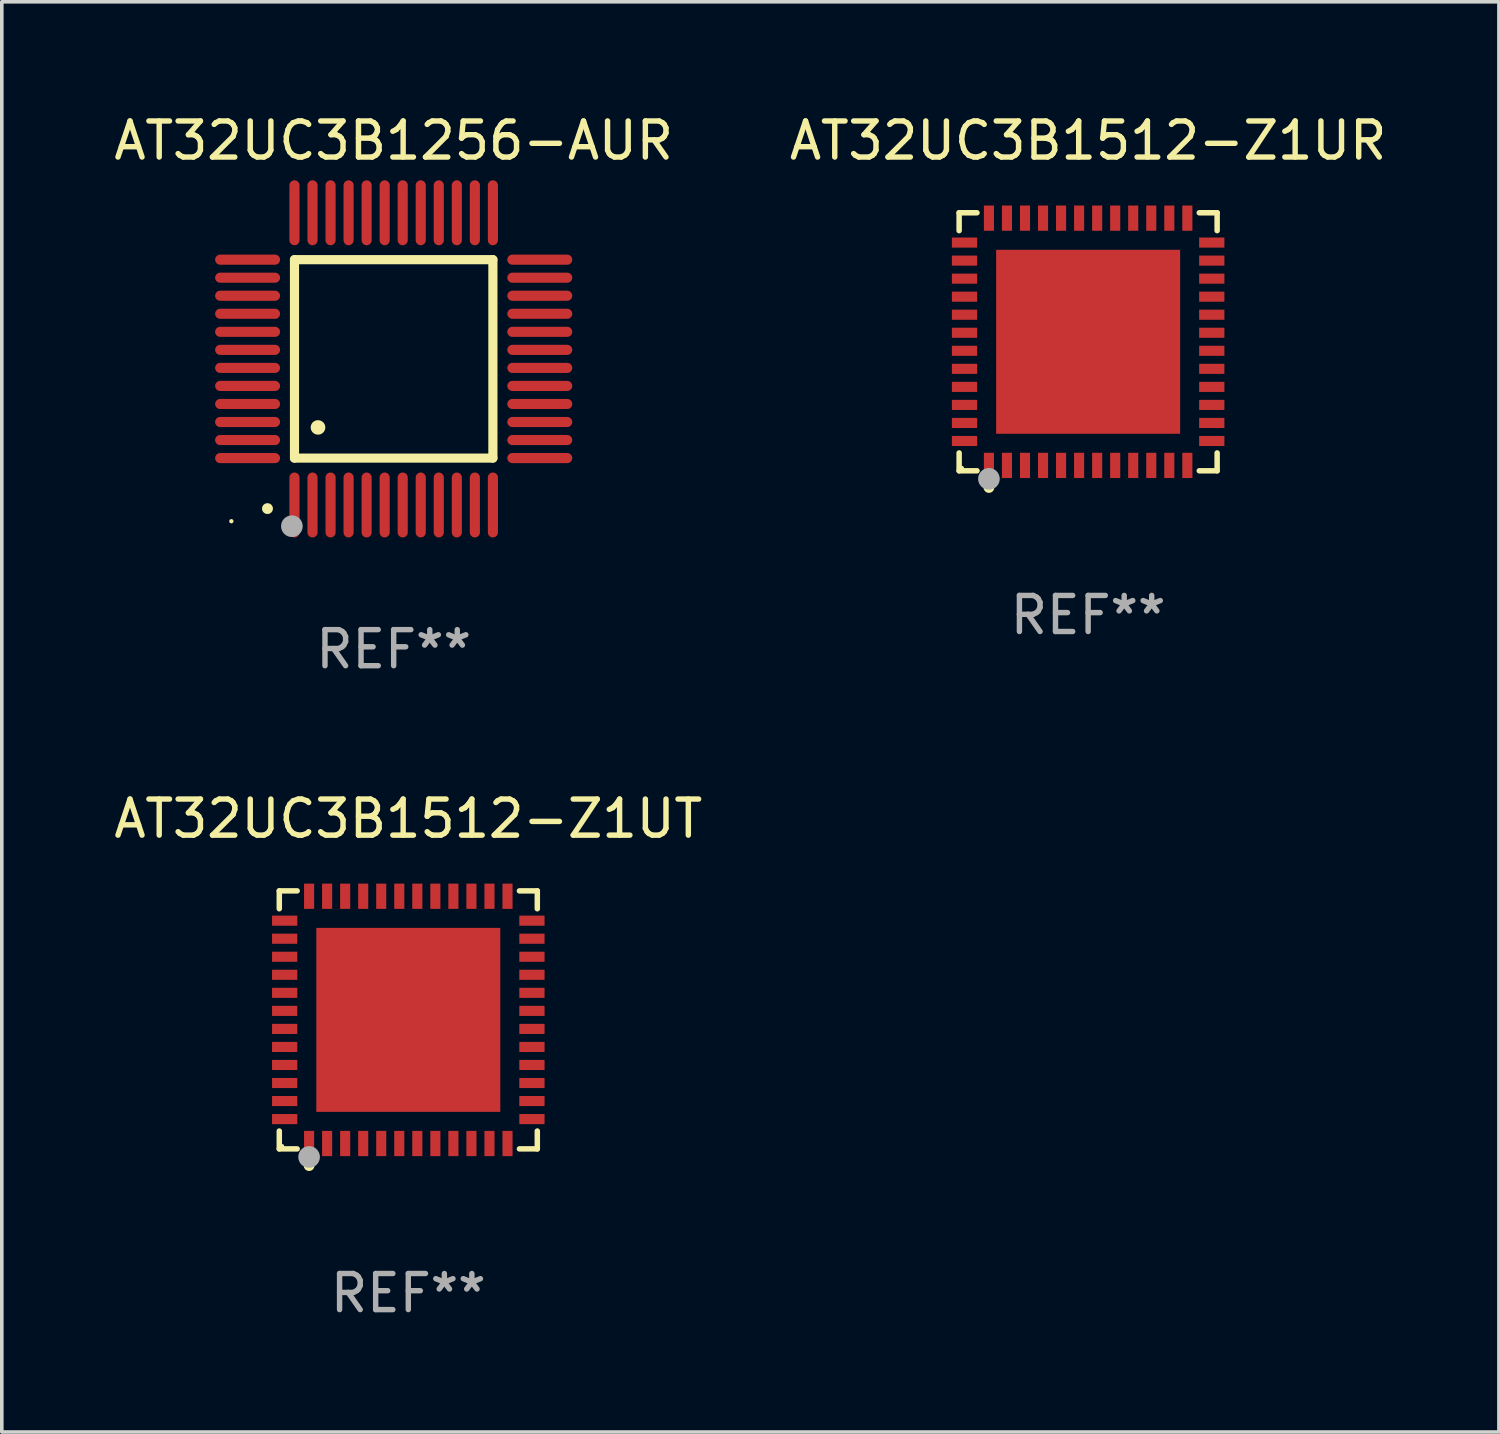
<source format=kicad_pcb>
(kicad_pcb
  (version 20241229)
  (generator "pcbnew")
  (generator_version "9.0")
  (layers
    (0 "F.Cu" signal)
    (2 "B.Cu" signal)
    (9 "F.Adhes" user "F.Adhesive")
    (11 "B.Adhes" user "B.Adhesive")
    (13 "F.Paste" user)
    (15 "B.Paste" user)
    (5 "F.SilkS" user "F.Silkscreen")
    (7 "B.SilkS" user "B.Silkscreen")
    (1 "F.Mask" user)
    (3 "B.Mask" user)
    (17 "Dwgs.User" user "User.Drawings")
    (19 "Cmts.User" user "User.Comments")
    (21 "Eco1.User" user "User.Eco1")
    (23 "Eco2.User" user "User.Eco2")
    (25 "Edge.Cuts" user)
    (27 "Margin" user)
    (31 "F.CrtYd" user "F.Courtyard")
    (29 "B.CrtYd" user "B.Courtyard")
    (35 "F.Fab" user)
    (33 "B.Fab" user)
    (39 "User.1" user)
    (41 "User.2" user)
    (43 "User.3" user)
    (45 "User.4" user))
  (footprint "AT32UC3B1512-Z1UT"
    (layer "F.Cu")
    (at 8.268 25.221)
    (property "Reference" "AT32UC3B1512-Z1UT" (at 0 -5.576 0) (layer "F.SilkS") (effects (font (size 1 1) (thickness 0.15))))
    (attr through_hole)
    (fp_line (start -3.576 -3.576) (end -3.081 -3.576) (stroke (width 0.152) (type solid)) (layer "F.SilkS"))
    (fp_line (start -3.576 -3.081) (end -3.576 -3.576) (stroke (width 0.152) (type solid)) (layer "F.SilkS"))
    (fp_line (start -3.576 3.081) (end -3.576 3.576) (stroke (width 0.152) (type solid)) (layer "F.SilkS"))
    (fp_line (start -3.576 3.576) (end -3.081 3.576) (stroke (width 0.152) (type solid)) (layer "F.SilkS"))
    (fp_line (start 3.576 -3.576) (end 3.081 -3.576) (stroke (width 0.152) (type solid)) (layer "F.SilkS"))
    (fp_line (start 3.576 -3.081) (end 3.576 -3.576) (stroke (width 0.152) (type solid)) (layer "F.SilkS"))
    (fp_line (start 3.576 3.081) (end 3.576 3.576) (stroke (width 0.152) (type solid)) (layer "F.SilkS"))
    (fp_line (start 3.576 3.576) (end 3.081 3.576) (stroke (width 0.152) (type solid)) (layer "F.SilkS"))
    (fp_circle (center -3.5 3.5) (end -3.47 3.5) (stroke (width 0.06) (type solid)) (fill no) (layer "F.SilkS"))
    (fp_circle (center -2.75 4.04) (end -2.675 4.04) (stroke (width 0.15) (type solid)) (fill no) (layer "F.SilkS"))
    (fp_circle (center -2.75 3.8) (end -2.6 3.8) (stroke (width 0.3) (type solid)) (fill no) (layer "F.Fab"))
    (fp_text user "REF**" (at 0 7.576 0) (layer "F.Fab") (effects (font (size 1 1) (thickness 0.15))))
    (pad "1" smd rect (at -2.75 3.427) (size 0.28 0.7) (layers "F.Cu" "F.Mask" "F.Paste"))
    (pad "2" smd rect (at -2.25 3.427) (size 0.28 0.7) (layers "F.Cu" "F.Mask" "F.Paste"))
    (pad "3" smd rect (at -1.75 3.427) (size 0.28 0.7) (layers "F.Cu" "F.Mask" "F.Paste"))
    (pad "4" smd rect (at -1.25 3.427) (size 0.28 0.7) (layers "F.Cu" "F.Mask" "F.Paste"))
    (pad "5" smd rect (at -0.75 3.427) (size 0.28 0.7) (layers "F.Cu" "F.Mask" "F.Paste"))
    (pad "6" smd rect (at -0.25 3.427) (size 0.28 0.7) (layers "F.Cu" "F.Mask" "F.Paste"))
    (pad "7" smd rect (at 0.25 3.427) (size 0.28 0.7) (layers "F.Cu" "F.Mask" "F.Paste"))
    (pad "8" smd rect (at 0.75 3.427) (size 0.28 0.7) (layers "F.Cu" "F.Mask" "F.Paste"))
    (pad "9" smd rect (at 1.25 3.427) (size 0.28 0.7) (layers "F.Cu" "F.Mask" "F.Paste"))
    (pad "10" smd rect (at 1.75 3.427) (size 0.28 0.7) (layers "F.Cu" "F.Mask" "F.Paste"))
    (pad "11" smd rect (at 2.25 3.427) (size 0.28 0.7) (layers "F.Cu" "F.Mask" "F.Paste"))
    (pad "12" smd rect (at 2.75 3.427) (size 0.28 0.7) (layers "F.Cu" "F.Mask" "F.Paste"))
    (pad "13" smd rect (at 3.427 2.75) (size 0.7 0.28) (layers "F.Cu" "F.Mask" "F.Paste"))
    (pad "14" smd rect (at 3.427 2.25) (size 0.7 0.28) (layers "F.Cu" "F.Mask" "F.Paste"))
    (pad "15" smd rect (at 3.427 1.75) (size 0.7 0.28) (layers "F.Cu" "F.Mask" "F.Paste"))
    (pad "16" smd rect (at 3.427 1.25) (size 0.7 0.28) (layers "F.Cu" "F.Mask" "F.Paste"))
    (pad "17" smd rect (at 3.427 0.75) (size 0.7 0.28) (layers "F.Cu" "F.Mask" "F.Paste"))
    (pad "18" smd rect (at 3.427 0.25) (size 0.7 0.28) (layers "F.Cu" "F.Mask" "F.Paste"))
    (pad "19" smd rect (at 3.427 -0.25) (size 0.7 0.28) (layers "F.Cu" "F.Mask" "F.Paste"))
    (pad "20" smd rect (at 3.427 -0.75) (size 0.7 0.28) (layers "F.Cu" "F.Mask" "F.Paste"))
    (pad "21" smd rect (at 3.427 -1.25) (size 0.7 0.28) (layers "F.Cu" "F.Mask" "F.Paste"))
    (pad "22" smd rect (at 3.427 -1.75) (size 0.7 0.28) (layers "F.Cu" "F.Mask" "F.Paste"))
    (pad "23" smd rect (at 3.427 -2.25) (size 0.7 0.28) (layers "F.Cu" "F.Mask" "F.Paste"))
    (pad "24" smd rect (at 3.427 -2.75) (size 0.7 0.28) (layers "F.Cu" "F.Mask" "F.Paste"))
    (pad "25" smd rect (at 2.75 -3.427) (size 0.28 0.7) (layers "F.Cu" "F.Mask" "F.Paste"))
    (pad "26" smd rect (at 2.25 -3.427) (size 0.28 0.7) (layers "F.Cu" "F.Mask" "F.Paste"))
    (pad "27" smd rect (at 1.75 -3.427) (size 0.28 0.7) (layers "F.Cu" "F.Mask" "F.Paste"))
    (pad "28" smd rect (at 1.25 -3.427) (size 0.28 0.7) (layers "F.Cu" "F.Mask" "F.Paste"))
    (pad "29" smd rect (at 0.75 -3.427) (size 0.28 0.7) (layers "F.Cu" "F.Mask" "F.Paste"))
    (pad "30" smd rect (at 0.25 -3.427) (size 0.28 0.7) (layers "F.Cu" "F.Mask" "F.Paste"))
    (pad "31" smd rect (at -0.25 -3.427) (size 0.28 0.7) (layers "F.Cu" "F.Mask" "F.Paste"))
    (pad "32" smd rect (at -0.75 -3.427) (size 0.28 0.7) (layers "F.Cu" "F.Mask" "F.Paste"))
    (pad "33" smd rect (at -1.25 -3.427) (size 0.28 0.7) (layers "F.Cu" "F.Mask" "F.Paste"))
    (pad "34" smd rect (at -1.75 -3.427) (size 0.28 0.7) (layers "F.Cu" "F.Mask" "F.Paste"))
    (pad "35" smd rect (at -2.25 -3.427) (size 0.28 0.7) (layers "F.Cu" "F.Mask" "F.Paste"))
    (pad "36" smd rect (at -2.75 -3.427) (size 0.28 0.7) (layers "F.Cu" "F.Mask" "F.Paste"))
    (pad "37" smd rect (at -3.427 -2.75) (size 0.7 0.28) (layers "F.Cu" "F.Mask" "F.Paste"))
    (pad "38" smd rect (at -3.427 -2.25) (size 0.7 0.28) (layers "F.Cu" "F.Mask" "F.Paste"))
    (pad "39" smd rect (at -3.427 -1.75) (size 0.7 0.28) (layers "F.Cu" "F.Mask" "F.Paste"))
    (pad "40" smd rect (at -3.427 -1.25) (size 0.7 0.28) (layers "F.Cu" "F.Mask" "F.Paste"))
    (pad "41" smd rect (at -3.427 -0.75) (size 0.7 0.28) (layers "F.Cu" "F.Mask" "F.Paste"))
    (pad "42" smd rect (at -3.427 -0.25) (size 0.7 0.28) (layers "F.Cu" "F.Mask" "F.Paste"))
    (pad "43" smd rect (at -3.427 0.25) (size 0.7 0.28) (layers "F.Cu" "F.Mask" "F.Paste"))
    (pad "44" smd rect (at -3.427 0.75) (size 0.7 0.28) (layers "F.Cu" "F.Mask" "F.Paste"))
    (pad "45" smd rect (at -3.427 1.25) (size 0.7 0.28) (layers "F.Cu" "F.Mask" "F.Paste"))
    (pad "46" smd rect (at -3.427 1.75) (size 0.7 0.28) (layers "F.Cu" "F.Mask" "F.Paste"))
    (pad "47" smd rect (at -3.427 2.25) (size 0.7 0.28) (layers "F.Cu" "F.Mask" "F.Paste"))
    (pad "48" smd rect (at -3.427 2.75) (size 0.7 0.28) (layers "F.Cu" "F.Mask" "F.Paste"))
    (pad "49" smd rect (at 0 0) (size 5.1 5.1) (layers "F.Cu" "F.Mask" "F.Paste")))
  (footprint "AT32UC3B1256-AUR"
    (layer "F.Cu")
    (at 7.863 6.898)
    (property "Reference" "AT32UC3B1256-AUR" (at 0 -6.05 0) (layer "F.SilkS") (effects (font (size 1 1) (thickness 0.15))))
    (attr through_hole)
    (fp_line (start -2.75 -2.75) (end 2.75 -2.75) (stroke (width 0.254) (type solid)) (layer "F.SilkS"))
    (fp_line (start -2.75 2.75) (end -2.75 -2.75) (stroke (width 0.254) (type solid)) (layer "F.SilkS"))
    (fp_line (start 2.75 -2.75) (end 2.75 2.75) (stroke (width 0.254) (type solid)) (layer "F.SilkS"))
    (fp_line (start 2.75 2.75) (end -2.75 2.75) (stroke (width 0.254) (type solid)) (layer "F.SilkS"))
    (fp_arc (start -3.500127 4.150368) (mid -3.498857 4.150363) (end -3.497587 4.150368) (stroke (width 0.3) (type solid)) (layer "F.SilkS"))
    (fp_arc (start -2.100584 1.899924) (mid -2.098044 1.899908) (end -2.095504 1.899924) (stroke (width 0.4) (type solid)) (layer "F.SilkS"))
    (fp_circle (center -4.5 4.5) (end -4.47 4.5) (stroke (width 0.06) (type solid)) (fill no) (layer "F.SilkS"))
    (fp_circle (center -2.822 4.638) (end -2.672 4.638) (stroke (width 0.3) (type solid)) (fill no) (layer "F.Fab"))
    (fp_text user "REF**" (at 0 8.05 0) (layer "F.Fab") (effects (font (size 1 1) (thickness 0.15))))
    (pad "1" smd oval (at -2.75 4.05) (size 0.28 1.8) (layers "F.Cu" "F.Mask" "F.Paste"))
    (pad "2" smd oval (at -2.25 4.05) (size 0.28 1.8) (layers "F.Cu" "F.Mask" "F.Paste"))
    (pad "3" smd oval (at -1.75 4.05) (size 0.28 1.8) (layers "F.Cu" "F.Mask" "F.Paste"))
    (pad "4" smd oval (at -1.25 4.05) (size 0.28 1.8) (layers "F.Cu" "F.Mask" "F.Paste"))
    (pad "5" smd oval (at -0.75 4.05) (size 0.28 1.8) (layers "F.Cu" "F.Mask" "F.Paste"))
    (pad "6" smd oval (at -0.25 4.05) (size 0.28 1.8) (layers "F.Cu" "F.Mask" "F.Paste"))
    (pad "7" smd oval (at 0.25 4.05) (size 0.28 1.8) (layers "F.Cu" "F.Mask" "F.Paste"))
    (pad "8" smd oval (at 0.75 4.05) (size 0.28 1.8) (layers "F.Cu" "F.Mask" "F.Paste"))
    (pad "9" smd oval (at 1.25 4.05) (size 0.28 1.8) (layers "F.Cu" "F.Mask" "F.Paste"))
    (pad "10" smd oval (at 1.75 4.05) (size 0.28 1.8) (layers "F.Cu" "F.Mask" "F.Paste"))
    (pad "11" smd oval (at 2.25 4.05) (size 0.28 1.8) (layers "F.Cu" "F.Mask" "F.Paste"))
    (pad "12" smd oval (at 2.75 4.05) (size 0.28 1.8) (layers "F.Cu" "F.Mask" "F.Paste"))
    (pad "13" smd oval (at 4.05 2.75) (size 1.8 0.28) (layers "F.Cu" "F.Mask" "F.Paste"))
    (pad "14" smd oval (at 4.05 2.25) (size 1.8 0.28) (layers "F.Cu" "F.Mask" "F.Paste"))
    (pad "15" smd oval (at 4.05 1.75) (size 1.8 0.28) (layers "F.Cu" "F.Mask" "F.Paste"))
    (pad "16" smd oval (at 4.05 1.25) (size 1.8 0.28) (layers "F.Cu" "F.Mask" "F.Paste"))
    (pad "17" smd oval (at 4.05 0.75) (size 1.8 0.28) (layers "F.Cu" "F.Mask" "F.Paste"))
    (pad "18" smd oval (at 4.05 0.25) (size 1.8 0.28) (layers "F.Cu" "F.Mask" "F.Paste"))
    (pad "19" smd oval (at 4.05 -0.25) (size 1.8 0.28) (layers "F.Cu" "F.Mask" "F.Paste"))
    (pad "20" smd oval (at 4.05 -0.75) (size 1.8 0.28) (layers "F.Cu" "F.Mask" "F.Paste"))
    (pad "21" smd oval (at 4.05 -1.25) (size 1.8 0.28) (layers "F.Cu" "F.Mask" "F.Paste"))
    (pad "22" smd oval (at 4.05 -1.75) (size 1.8 0.28) (layers "F.Cu" "F.Mask" "F.Paste"))
    (pad "23" smd oval (at 4.05 -2.25) (size 1.8 0.28) (layers "F.Cu" "F.Mask" "F.Paste"))
    (pad "24" smd oval (at 4.05 -2.75) (size 1.8 0.28) (layers "F.Cu" "F.Mask" "F.Paste"))
    (pad "25" smd oval (at 2.75 -4.05) (size 0.28 1.8) (layers "F.Cu" "F.Mask" "F.Paste"))
    (pad "26" smd oval (at 2.25 -4.05) (size 0.28 1.8) (layers "F.Cu" "F.Mask" "F.Paste"))
    (pad "27" smd oval (at 1.75 -4.05) (size 0.28 1.8) (layers "F.Cu" "F.Mask" "F.Paste"))
    (pad "28" smd oval (at 1.25 -4.05) (size 0.28 1.8) (layers "F.Cu" "F.Mask" "F.Paste"))
    (pad "29" smd oval (at 0.75 -4.05) (size 0.28 1.8) (layers "F.Cu" "F.Mask" "F.Paste"))
    (pad "30" smd oval (at 0.25 -4.05) (size 0.28 1.8) (layers "F.Cu" "F.Mask" "F.Paste"))
    (pad "31" smd oval (at -0.25 -4.05) (size 0.28 1.8) (layers "F.Cu" "F.Mask" "F.Paste"))
    (pad "32" smd oval (at -0.75 -4.05) (size 0.28 1.8) (layers "F.Cu" "F.Mask" "F.Paste"))
    (pad "33" smd oval (at -1.25 -4.05) (size 0.28 1.8) (layers "F.Cu" "F.Mask" "F.Paste"))
    (pad "34" smd oval (at -1.75 -4.05) (size 0.28 1.8) (layers "F.Cu" "F.Mask" "F.Paste"))
    (pad "35" smd oval (at -2.25 -4.05) (size 0.28 1.8) (layers "F.Cu" "F.Mask" "F.Paste"))
    (pad "36" smd oval (at -2.75 -4.05) (size 0.28 1.8) (layers "F.Cu" "F.Mask" "F.Paste"))
    (pad "37" smd oval (at -4.05 -2.75) (size 1.8 0.28) (layers "F.Cu" "F.Mask" "F.Paste"))
    (pad "38" smd oval (at -4.05 -2.25) (size 1.8 0.28) (layers "F.Cu" "F.Mask" "F.Paste"))
    (pad "39" smd oval (at -4.05 -1.75) (size 1.8 0.28) (layers "F.Cu" "F.Mask" "F.Paste"))
    (pad "40" smd oval (at -4.05 -1.25) (size 1.8 0.28) (layers "F.Cu" "F.Mask" "F.Paste"))
    (pad "41" smd oval (at -4.05 -0.75) (size 1.8 0.28) (layers "F.Cu" "F.Mask" "F.Paste"))
    (pad "42" smd oval (at -4.05 -0.25) (size 1.8 0.28) (layers "F.Cu" "F.Mask" "F.Paste"))
    (pad "43" smd oval (at -4.05 0.25) (size 1.8 0.28) (layers "F.Cu" "F.Mask" "F.Paste"))
    (pad "44" smd oval (at -4.05 0.75) (size 1.8 0.28) (layers "F.Cu" "F.Mask" "F.Paste"))
    (pad "45" smd oval (at -4.05 1.25) (size 1.8 0.28) (layers "F.Cu" "F.Mask" "F.Paste"))
    (pad "46" smd oval (at -4.05 1.75) (size 1.8 0.28) (layers "F.Cu" "F.Mask" "F.Paste"))
    (pad "47" smd oval (at -4.05 2.25) (size 1.8 0.28) (layers "F.Cu" "F.Mask" "F.Paste"))
    (pad "48" smd oval (at -4.05 2.75) (size 1.8 0.28) (layers "F.Cu" "F.Mask" "F.Paste")))
  (footprint "AT32UC3B1512-Z1UR"
    (layer "F.Cu")
    (at 27.113 6.424)
    (property "Reference" "AT32UC3B1512-Z1UR" (at 0 -5.576 0) (layer "F.SilkS") (effects (font (size 1 1) (thickness 0.15))))
    (attr through_hole)
    (fp_line (start -3.576 -3.576) (end -3.081 -3.576) (stroke (width 0.152) (type solid)) (layer "F.SilkS"))
    (fp_line (start -3.576 -3.081) (end -3.576 -3.576) (stroke (width 0.152) (type solid)) (layer "F.SilkS"))
    (fp_line (start -3.576 3.081) (end -3.576 3.576) (stroke (width 0.152) (type solid)) (layer "F.SilkS"))
    (fp_line (start -3.576 3.576) (end -3.081 3.576) (stroke (width 0.152) (type solid)) (layer "F.SilkS"))
    (fp_line (start 3.576 -3.576) (end 3.081 -3.576) (stroke (width 0.152) (type solid)) (layer "F.SilkS"))
    (fp_line (start 3.576 -3.081) (end 3.576 -3.576) (stroke (width 0.152) (type solid)) (layer "F.SilkS"))
    (fp_line (start 3.576 3.081) (end 3.576 3.576) (stroke (width 0.152) (type solid)) (layer "F.SilkS"))
    (fp_line (start 3.576 3.576) (end 3.081 3.576) (stroke (width 0.152) (type solid)) (layer "F.SilkS"))
    (fp_circle (center -3.5 3.5) (end -3.47 3.5) (stroke (width 0.06) (type solid)) (fill no) (layer "F.SilkS"))
    (fp_circle (center -2.75 4.04) (end -2.675 4.04) (stroke (width 0.15) (type solid)) (fill no) (layer "F.SilkS"))
    (fp_circle (center -2.75 3.8) (end -2.6 3.8) (stroke (width 0.3) (type solid)) (fill no) (layer "F.Fab"))
    (fp_text user "REF**" (at 0 7.576 0) (layer "F.Fab") (effects (font (size 1 1) (thickness 0.15))))
    (pad "1" smd rect (at -2.75 3.427) (size 0.28 0.7) (layers "F.Cu" "F.Mask" "F.Paste"))
    (pad "2" smd rect (at -2.25 3.427) (size 0.28 0.7) (layers "F.Cu" "F.Mask" "F.Paste"))
    (pad "3" smd rect (at -1.75 3.427) (size 0.28 0.7) (layers "F.Cu" "F.Mask" "F.Paste"))
    (pad "4" smd rect (at -1.25 3.427) (size 0.28 0.7) (layers "F.Cu" "F.Mask" "F.Paste"))
    (pad "5" smd rect (at -0.75 3.427) (size 0.28 0.7) (layers "F.Cu" "F.Mask" "F.Paste"))
    (pad "6" smd rect (at -0.25 3.427) (size 0.28 0.7) (layers "F.Cu" "F.Mask" "F.Paste"))
    (pad "7" smd rect (at 0.25 3.427) (size 0.28 0.7) (layers "F.Cu" "F.Mask" "F.Paste"))
    (pad "8" smd rect (at 0.75 3.427) (size 0.28 0.7) (layers "F.Cu" "F.Mask" "F.Paste"))
    (pad "9" smd rect (at 1.25 3.427) (size 0.28 0.7) (layers "F.Cu" "F.Mask" "F.Paste"))
    (pad "10" smd rect (at 1.75 3.427) (size 0.28 0.7) (layers "F.Cu" "F.Mask" "F.Paste"))
    (pad "11" smd rect (at 2.25 3.427) (size 0.28 0.7) (layers "F.Cu" "F.Mask" "F.Paste"))
    (pad "12" smd rect (at 2.75 3.427) (size 0.28 0.7) (layers "F.Cu" "F.Mask" "F.Paste"))
    (pad "13" smd rect (at 3.427 2.75) (size 0.7 0.28) (layers "F.Cu" "F.Mask" "F.Paste"))
    (pad "14" smd rect (at 3.427 2.25) (size 0.7 0.28) (layers "F.Cu" "F.Mask" "F.Paste"))
    (pad "15" smd rect (at 3.427 1.75) (size 0.7 0.28) (layers "F.Cu" "F.Mask" "F.Paste"))
    (pad "16" smd rect (at 3.427 1.25) (size 0.7 0.28) (layers "F.Cu" "F.Mask" "F.Paste"))
    (pad "17" smd rect (at 3.427 0.75) (size 0.7 0.28) (layers "F.Cu" "F.Mask" "F.Paste"))
    (pad "18" smd rect (at 3.427 0.25) (size 0.7 0.28) (layers "F.Cu" "F.Mask" "F.Paste"))
    (pad "19" smd rect (at 3.427 -0.25) (size 0.7 0.28) (layers "F.Cu" "F.Mask" "F.Paste"))
    (pad "20" smd rect (at 3.427 -0.75) (size 0.7 0.28) (layers "F.Cu" "F.Mask" "F.Paste"))
    (pad "21" smd rect (at 3.427 -1.25) (size 0.7 0.28) (layers "F.Cu" "F.Mask" "F.Paste"))
    (pad "22" smd rect (at 3.427 -1.75) (size 0.7 0.28) (layers "F.Cu" "F.Mask" "F.Paste"))
    (pad "23" smd rect (at 3.427 -2.25) (size 0.7 0.28) (layers "F.Cu" "F.Mask" "F.Paste"))
    (pad "24" smd rect (at 3.427 -2.75) (size 0.7 0.28) (layers "F.Cu" "F.Mask" "F.Paste"))
    (pad "25" smd rect (at 2.75 -3.427) (size 0.28 0.7) (layers "F.Cu" "F.Mask" "F.Paste"))
    (pad "26" smd rect (at 2.25 -3.427) (size 0.28 0.7) (layers "F.Cu" "F.Mask" "F.Paste"))
    (pad "27" smd rect (at 1.75 -3.427) (size 0.28 0.7) (layers "F.Cu" "F.Mask" "F.Paste"))
    (pad "28" smd rect (at 1.25 -3.427) (size 0.28 0.7) (layers "F.Cu" "F.Mask" "F.Paste"))
    (pad "29" smd rect (at 0.75 -3.427) (size 0.28 0.7) (layers "F.Cu" "F.Mask" "F.Paste"))
    (pad "30" smd rect (at 0.25 -3.427) (size 0.28 0.7) (layers "F.Cu" "F.Mask" "F.Paste"))
    (pad "31" smd rect (at -0.25 -3.427) (size 0.28 0.7) (layers "F.Cu" "F.Mask" "F.Paste"))
    (pad "32" smd rect (at -0.75 -3.427) (size 0.28 0.7) (layers "F.Cu" "F.Mask" "F.Paste"))
    (pad "33" smd rect (at -1.25 -3.427) (size 0.28 0.7) (layers "F.Cu" "F.Mask" "F.Paste"))
    (pad "34" smd rect (at -1.75 -3.427) (size 0.28 0.7) (layers "F.Cu" "F.Mask" "F.Paste"))
    (pad "35" smd rect (at -2.25 -3.427) (size 0.28 0.7) (layers "F.Cu" "F.Mask" "F.Paste"))
    (pad "36" smd rect (at -2.75 -3.427) (size 0.28 0.7) (layers "F.Cu" "F.Mask" "F.Paste"))
    (pad "37" smd rect (at -3.427 -2.75) (size 0.7 0.28) (layers "F.Cu" "F.Mask" "F.Paste"))
    (pad "38" smd rect (at -3.427 -2.25) (size 0.7 0.28) (layers "F.Cu" "F.Mask" "F.Paste"))
    (pad "39" smd rect (at -3.427 -1.75) (size 0.7 0.28) (layers "F.Cu" "F.Mask" "F.Paste"))
    (pad "40" smd rect (at -3.427 -1.25) (size 0.7 0.28) (layers "F.Cu" "F.Mask" "F.Paste"))
    (pad "41" smd rect (at -3.427 -0.75) (size 0.7 0.28) (layers "F.Cu" "F.Mask" "F.Paste"))
    (pad "42" smd rect (at -3.427 -0.25) (size 0.7 0.28) (layers "F.Cu" "F.Mask" "F.Paste"))
    (pad "43" smd rect (at -3.427 0.25) (size 0.7 0.28) (layers "F.Cu" "F.Mask" "F.Paste"))
    (pad "44" smd rect (at -3.427 0.75) (size 0.7 0.28) (layers "F.Cu" "F.Mask" "F.Paste"))
    (pad "45" smd rect (at -3.427 1.25) (size 0.7 0.28) (layers "F.Cu" "F.Mask" "F.Paste"))
    (pad "46" smd rect (at -3.427 1.75) (size 0.7 0.28) (layers "F.Cu" "F.Mask" "F.Paste"))
    (pad "47" smd rect (at -3.427 2.25) (size 0.7 0.28) (layers "F.Cu" "F.Mask" "F.Paste"))
    (pad "48" smd rect (at -3.427 2.75) (size 0.7 0.28) (layers "F.Cu" "F.Mask" "F.Paste"))
    (pad "49" smd rect (at 0 0) (size 5.1 5.1) (layers "F.Cu" "F.Mask" "F.Paste")))
  (gr_rect
    (start -3 -3)
    (end 38.5 36.645)
    (stroke (width 0.1) (type default))
    (fill no)
    (layer "Edge.Cuts")))
</source>
